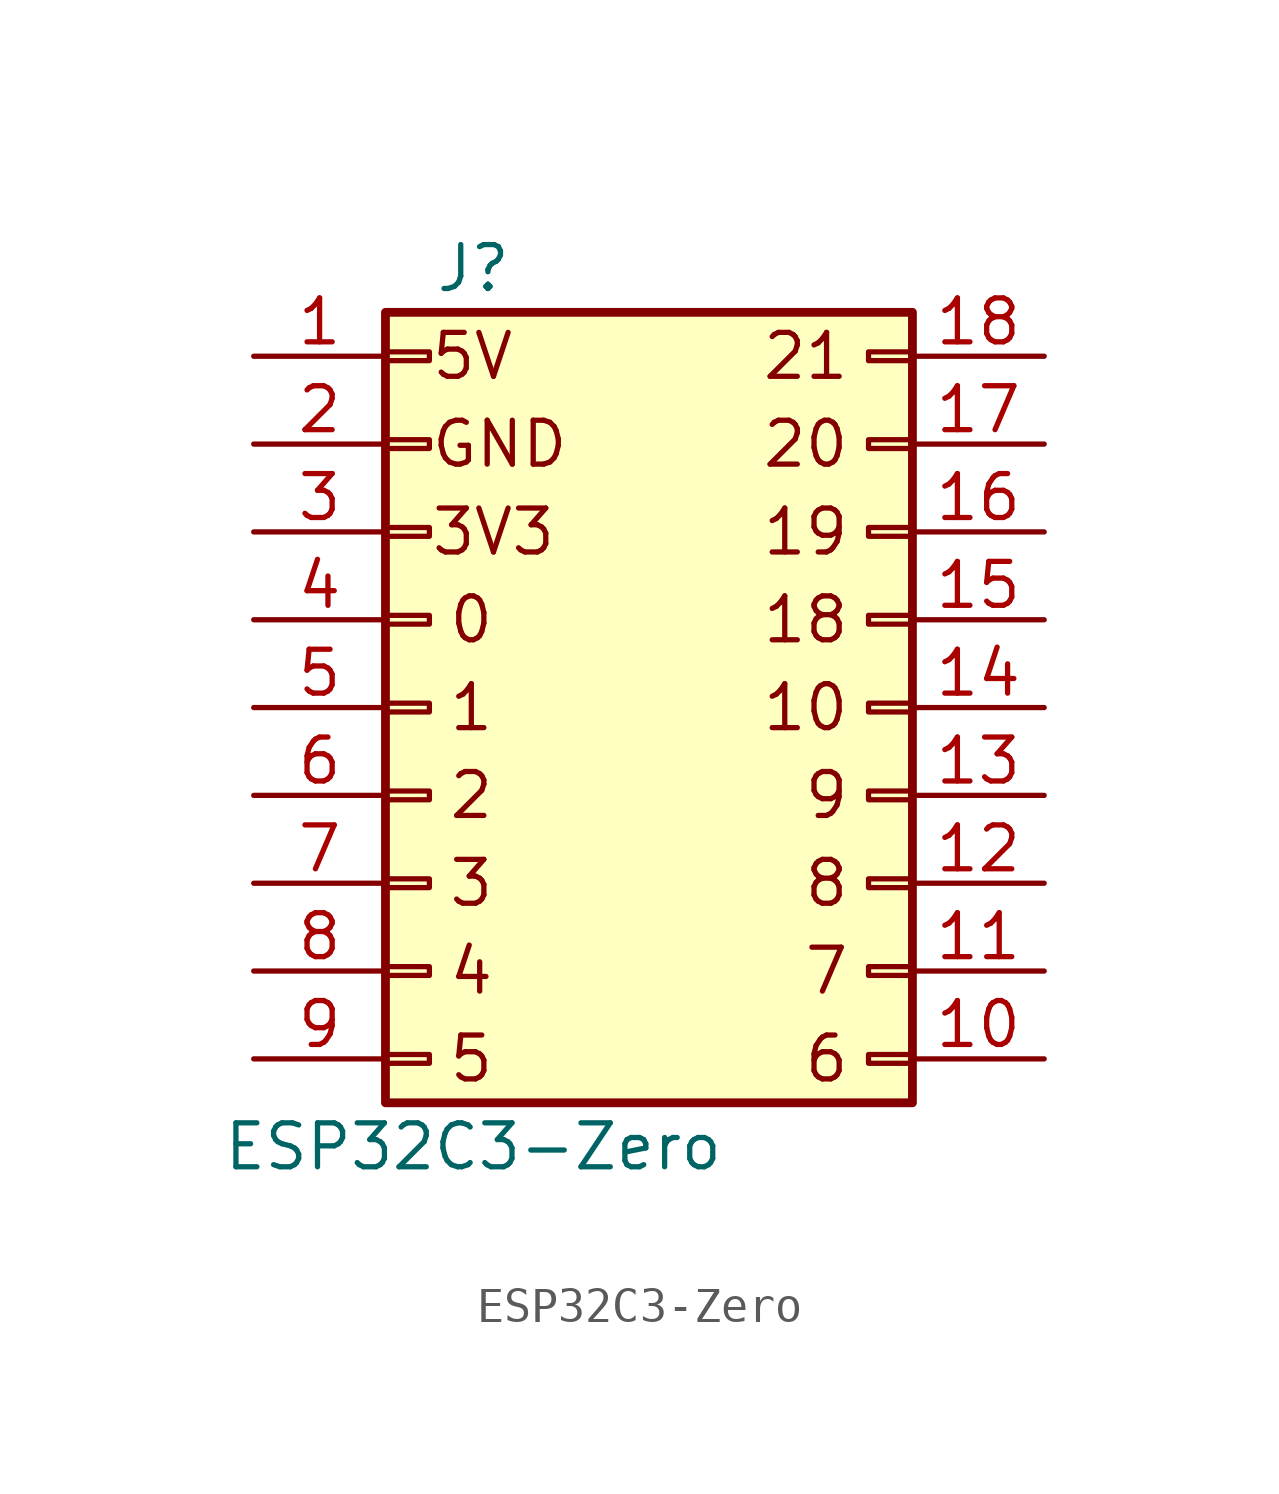
<source format=kicad_sym>
(kicad_symbol_lib
  (version 20231120)
  (generator "kicad_symbol_editor")
  (generator_version "8.0")
  (symbol "ESP32C3-Zero"
    (pin_names
      (offset 1.016) hide)
    (property "Reference" "J"
      (at 1.27 12.7 0)
      (effects (font (size 1.27 1.27))))
    (property "Value" "ESP32C3-Zero"
      (at 1.27 -12.7 0)
      (effects (font (size 1.27 1.27))))
    (symbol "ESP32C3-Zero_1_1"
      (rectangle (start -1.27 -10.033) (end 0 -10.287) (stroke (width 0.152) (type default)) (fill (type none)))
      (rectangle (start -1.27 -7.493) (end 0 -7.747) (stroke (width 0.152) (type default)) (fill (type none)))
      (rectangle (start -1.27 -4.953) (end 0 -5.207) (stroke (width 0.152) (type default)) (fill (type none)))
      (rectangle (start -1.27 -2.413) (end 0 -2.667) (stroke (width 0.152) (type default)) (fill (type none)))
      (rectangle (start -1.27 0.127) (end 0 -0.127) (stroke (width 0.152) (type default)) (fill (type none)))
      (rectangle (start -1.27 2.667) (end 0 2.413) (stroke (width 0.152) (type default)) (fill (type none)))
      (rectangle (start -1.27 5.207) (end 0 4.953) (stroke (width 0.152) (type default)) (fill (type none)))
      (rectangle (start -1.27 7.747) (end 0 7.493) (stroke (width 0.152) (type default)) (fill (type none)))
      (rectangle (start -1.27 10.287) (end 0 10.033) (stroke (width 0.152) (type default)) (fill (type none)))
      (rectangle (start -1.27 11.43) (end 13.97 -11.43) (stroke (width 0.254) (type default)) (fill (type background)))
      (rectangle (start 13.97 -10.033) (end 12.7 -10.287) (stroke (width 0.152) (type default)) (fill (type none)))
      (rectangle (start 13.97 -7.493) (end 12.7 -7.747) (stroke (width 0.152) (type default)) (fill (type none)))
      (rectangle (start 13.97 -4.953) (end 12.7 -5.207) (stroke (width 0.152) (type default)) (fill (type none)))
      (rectangle (start 13.97 -2.413) (end 12.7 -2.667) (stroke (width 0.152) (type default)) (fill (type none)))
      (rectangle (start 13.97 0.127) (end 12.7 -0.127) (stroke (width 0.152) (type default)) (fill (type none)))
      (rectangle (start 13.97 2.667) (end 12.7 2.413) (stroke (width 0.152) (type default)) (fill (type none)))
      (rectangle (start 13.97 5.207) (end 12.7 4.953) (stroke (width 0.152) (type default)) (fill (type none)))
      (rectangle (start 13.97 7.747) (end 12.7 7.493) (stroke (width 0.152) (type default)) (fill (type none)))
      (rectangle (start 13.97 10.287) (end 12.7 10.033) (stroke (width 0.152) (type default)) (fill (type none)))
      (text "0" (at 0.508 2.54 0) (effects (font (size 1.27 1.27)) (justify left)))
      (text "1" (at 0.508 0 0) (effects (font (size 1.27 1.27)) (justify left)))
      (text "10" (at 12.192 0 0) (effects (font (size 1.27 1.27)) (justify right)))
      (text "18" (at 12.192 2.54 0) (effects (font (size 1.27 1.27)) (justify right)))
      (text "19" (at 12.192 5.08 0) (effects (font (size 1.27 1.27)) (justify right)))
      (text "2" (at 0.508 -2.54 0) (effects (font (size 1.27 1.27)) (justify left)))
      (text "20" (at 12.192 7.62 0) (effects (font (size 1.27 1.27)) (justify right)))
      (text "21" (at 12.192 10.16 0) (effects (font (size 1.27 1.27)) (justify right)))
      (text "3" (at 0.508 -5.08 0) (effects (font (size 1.27 1.27)) (justify left)))
      (text "3V3" (at 0 5.08 0) (effects (font (size 1.27 1.27)) (justify left)))
      (text "4" (at 0.508 -7.62 0) (effects (font (size 1.27 1.27)) (justify left)))
      (text "5" (at 0.508 -10.16 0) (effects (font (size 1.27 1.27)) (justify left)))
      (text "5V" (at 0 10.16 0) (effects (font (size 1.27 1.27)) (justify left)))
      (text "6" (at 12.192 -10.16 0) (effects (font (size 1.27 1.27)) (justify right)))
      (text "7" (at 12.192 -7.62 0) (effects (font (size 1.27 1.27)) (justify right)))
      (text "8" (at 12.192 -5.08 0) (effects (font (size 1.27 1.27)) (justify right)))
      (text "9" (at 12.192 -2.54 0) (effects (font (size 1.27 1.27)) (justify right)))
      (text "GND" (at 0 7.62 0) (effects (font (size 1.27 1.27)) (justify left)))
      (pin passive line (at -5.08 10.16 0) (length 3.81) (name "1" (effects (font (size 1.27 1.27)))) (number "1" (effects (font (size 1.27 1.27)))))
      (pin passive line (at 17.78 -10.16 180) (length 3.81) (name "Pin_10" (effects (font (size 1.27 1.27)))) (number "10" (effects (font (size 1.27 1.27)))))
      (pin passive line (at 17.78 -7.62 180) (length 3.81) (name "Pin_11" (effects (font (size 1.27 1.27)))) (number "11" (effects (font (size 1.27 1.27)))))
      (pin passive line (at 17.78 -5.08 180) (length 3.81) (name "Pin_12" (effects (font (size 1.27 1.27)))) (number "12" (effects (font (size 1.27 1.27)))))
      (pin passive line (at 17.78 -2.54 180) (length 3.81) (name "Pin_13" (effects (font (size 1.27 1.27)))) (number "13" (effects (font (size 1.27 1.27)))))
      (pin passive line (at 17.78 0 180) (length 3.81) (name "Pin_14" (effects (font (size 1.27 1.27)))) (number "14" (effects (font (size 1.27 1.27)))))
      (pin passive line (at 17.78 2.54 180) (length 3.81) (name "Pin_15" (effects (font (size 1.27 1.27)))) (number "15" (effects (font (size 1.27 1.27)))))
      (pin passive line (at 17.78 5.08 180) (length 3.81) (name "Pin_16" (effects (font (size 1.27 1.27)))) (number "16" (effects (font (size 1.27 1.27)))))
      (pin passive line (at 17.78 7.62 180) (length 3.81) (name "Pin_17" (effects (font (size 1.27 1.27)))) (number "17" (effects (font (size 1.27 1.27)))))
      (pin passive line (at 17.78 10.16 180) (length 3.81) (name "Pin_18" (effects (font (size 1.27 1.27)))) (number "18" (effects (font (size 1.27 1.27)))))
      (pin passive line (at -5.08 7.62 0) (length 3.81) (name "Pin_2" (effects (font (size 1.27 1.27)))) (number "2" (effects (font (size 1.27 1.27)))))
      (pin passive line (at -5.08 5.08 0) (length 3.81) (name "Pin_3" (effects (font (size 1.27 1.27)))) (number "3" (effects (font (size 1.27 1.27)))))
      (pin passive line (at -5.08 2.54 0) (length 3.81) (name "Pin_4" (effects (font (size 1.27 1.27)))) (number "4" (effects (font (size 1.27 1.27)))))
      (pin passive line (at -5.08 0 0) (length 3.81) (name "Pin_5" (effects (font (size 1.27 1.27)))) (number "5" (effects (font (size 1.27 1.27)))))
      (pin passive line (at -5.08 -2.54 0) (length 3.81) (name "Pin_6" (effects (font (size 1.27 1.27)))) (number "6" (effects (font (size 1.27 1.27)))))
      (pin passive line (at -5.08 -5.08 0) (length 3.81) (name "Pin_7" (effects (font (size 1.27 1.27)))) (number "7" (effects (font (size 1.27 1.27)))))
      (pin passive line (at -5.08 -7.62 0) (length 3.81) (name "Pin_8" (effects (font (size 1.27 1.27)))) (number "8" (effects (font (size 1.27 1.27)))))
      (pin passive line (at -5.08 -10.16 0) (length 3.81) (name "Pin_9" (effects (font (size 1.27 1.27)))) (number "9" (effects (font (size 1.27 1.27))))))))
</source>
